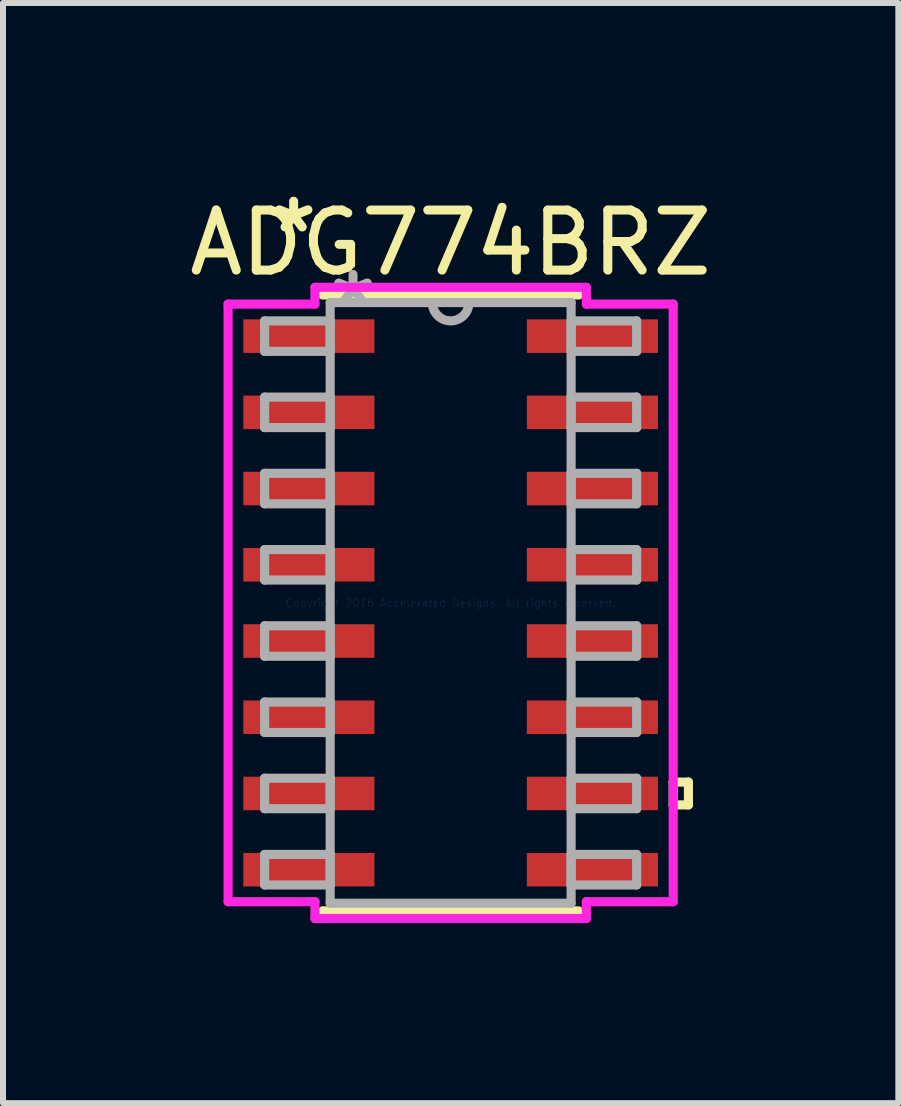
<source format=kicad_pcb>
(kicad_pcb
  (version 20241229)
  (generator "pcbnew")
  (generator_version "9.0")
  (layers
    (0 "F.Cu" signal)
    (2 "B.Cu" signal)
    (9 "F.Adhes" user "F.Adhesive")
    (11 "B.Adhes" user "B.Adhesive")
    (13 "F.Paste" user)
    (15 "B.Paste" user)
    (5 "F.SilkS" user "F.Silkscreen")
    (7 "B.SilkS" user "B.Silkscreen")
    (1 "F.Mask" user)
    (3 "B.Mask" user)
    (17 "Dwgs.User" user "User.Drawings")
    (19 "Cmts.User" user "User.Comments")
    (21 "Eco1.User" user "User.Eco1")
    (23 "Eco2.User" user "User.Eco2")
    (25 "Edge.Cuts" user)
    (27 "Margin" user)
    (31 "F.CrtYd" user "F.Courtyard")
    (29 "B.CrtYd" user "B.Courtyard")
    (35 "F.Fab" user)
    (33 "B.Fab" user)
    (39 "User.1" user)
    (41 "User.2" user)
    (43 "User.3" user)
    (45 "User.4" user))
  (footprint "ADG774BRZ"
    (layer "F.Cu")
    (at 4.458 6.995)
    (property "Reference" "ADG774BRZ" (at 0 -6 0) (layer "F.SilkS") (effects (font (size 1 1) (thickness 0.15))))
    (attr through_hole)
    (fp_line (start -2.134 5.131) (end 2.134 5.131) (stroke (width 0.152) (type solid)) (layer "F.SilkS"))
    (fp_line (start 2.134 -5.131) (end -2.134 -5.131) (stroke (width 0.152) (type solid)) (layer "F.SilkS"))
    (fp_line (start 3.708 2.985) (end 3.962 2.985) (stroke (width 0.152) (type solid)) (layer "F.SilkS"))
    (fp_line (start 3.708 3.365) (end 3.708 2.985) (stroke (width 0.152) (type solid)) (layer "F.SilkS"))
    (fp_line (start 3.962 2.985) (end 3.962 3.365) (stroke (width 0.152) (type solid)) (layer "F.SilkS"))
    (fp_line (start 3.962 3.365) (end 3.708 3.365) (stroke (width 0.152) (type solid)) (layer "F.SilkS"))
    (fp_line (start -3.708 -4.978) (end -2.261 -4.978) (stroke (width 0.152) (type solid)) (layer "F.CrtYd"))
    (fp_line (start -3.708 4.978) (end -3.708 -4.978) (stroke (width 0.152) (type solid)) (layer "F.CrtYd"))
    (fp_line (start -2.261 -5.258) (end 2.261 -5.258) (stroke (width 0.152) (type solid)) (layer "F.CrtYd"))
    (fp_line (start -2.261 -4.978) (end -2.261 -5.258) (stroke (width 0.152) (type solid)) (layer "F.CrtYd"))
    (fp_line (start -2.261 4.978) (end -3.708 4.978) (stroke (width 0.152) (type solid)) (layer "F.CrtYd"))
    (fp_line (start -2.261 5.258) (end -2.261 4.978) (stroke (width 0.152) (type solid)) (layer "F.CrtYd"))
    (fp_line (start 2.261 -5.258) (end 2.261 -4.978) (stroke (width 0.152) (type solid)) (layer "F.CrtYd"))
    (fp_line (start 2.261 -4.978) (end 3.708 -4.978) (stroke (width 0.152) (type solid)) (layer "F.CrtYd"))
    (fp_line (start 2.261 4.978) (end 2.261 5.258) (stroke (width 0.152) (type solid)) (layer "F.CrtYd"))
    (fp_line (start 2.261 5.258) (end -2.261 5.258) (stroke (width 0.152) (type solid)) (layer "F.CrtYd"))
    (fp_line (start 3.708 -4.978) (end 3.708 4.978) (stroke (width 0.152) (type solid)) (layer "F.CrtYd"))
    (fp_line (start 3.708 4.978) (end 2.261 4.978) (stroke (width 0.152) (type solid)) (layer "F.CrtYd"))
    (fp_line (start -3.099 -4.699) (end -3.099 -4.191) (stroke (width 0.152) (type solid)) (layer "F.Fab"))
    (fp_line (start -3.099 -4.191) (end -2.007 -4.191) (stroke (width 0.152) (type solid)) (layer "F.Fab"))
    (fp_line (start -3.099 -3.429) (end -3.099 -2.921) (stroke (width 0.152) (type solid)) (layer "F.Fab"))
    (fp_line (start -3.099 -2.921) (end -2.007 -2.921) (stroke (width 0.152) (type solid)) (layer "F.Fab"))
    (fp_line (start -3.099 -2.159) (end -3.099 -1.651) (stroke (width 0.152) (type solid)) (layer "F.Fab"))
    (fp_line (start -3.099 -1.651) (end -2.007 -1.651) (stroke (width 0.152) (type solid)) (layer "F.Fab"))
    (fp_line (start -3.099 -0.889) (end -3.099 -0.381) (stroke (width 0.152) (type solid)) (layer "F.Fab"))
    (fp_line (start -3.099 -0.381) (end -2.007 -0.381) (stroke (width 0.152) (type solid)) (layer "F.Fab"))
    (fp_line (start -3.099 0.381) (end -3.099 0.889) (stroke (width 0.152) (type solid)) (layer "F.Fab"))
    (fp_line (start -3.099 0.889) (end -2.007 0.889) (stroke (width 0.152) (type solid)) (layer "F.Fab"))
    (fp_line (start -3.099 1.651) (end -3.099 2.159) (stroke (width 0.152) (type solid)) (layer "F.Fab"))
    (fp_line (start -3.099 2.159) (end -2.007 2.159) (stroke (width 0.152) (type solid)) (layer "F.Fab"))
    (fp_line (start -3.099 2.921) (end -3.099 3.429) (stroke (width 0.152) (type solid)) (layer "F.Fab"))
    (fp_line (start -3.099 3.429) (end -2.007 3.429) (stroke (width 0.152) (type solid)) (layer "F.Fab"))
    (fp_line (start -3.099 4.191) (end -3.099 4.699) (stroke (width 0.152) (type solid)) (layer "F.Fab"))
    (fp_line (start -3.099 4.699) (end -2.007 4.699) (stroke (width 0.152) (type solid)) (layer "F.Fab"))
    (fp_line (start -2.007 -5.004) (end -2.007 5.004) (stroke (width 0.152) (type solid)) (layer "F.Fab"))
    (fp_line (start -2.007 -4.699) (end -3.099 -4.699) (stroke (width 0.152) (type solid)) (layer "F.Fab"))
    (fp_line (start -2.007 -4.191) (end -2.007 -4.699) (stroke (width 0.152) (type solid)) (layer "F.Fab"))
    (fp_line (start -2.007 -3.429) (end -3.099 -3.429) (stroke (width 0.152) (type solid)) (layer "F.Fab"))
    (fp_line (start -2.007 -2.921) (end -2.007 -3.429) (stroke (width 0.152) (type solid)) (layer "F.Fab"))
    (fp_line (start -2.007 -2.159) (end -3.099 -2.159) (stroke (width 0.152) (type solid)) (layer "F.Fab"))
    (fp_line (start -2.007 -1.651) (end -2.007 -2.159) (stroke (width 0.152) (type solid)) (layer "F.Fab"))
    (fp_line (start -2.007 -0.889) (end -3.099 -0.889) (stroke (width 0.152) (type solid)) (layer "F.Fab"))
    (fp_line (start -2.007 -0.381) (end -2.007 -0.889) (stroke (width 0.152) (type solid)) (layer "F.Fab"))
    (fp_line (start -2.007 0.381) (end -3.099 0.381) (stroke (width 0.152) (type solid)) (layer "F.Fab"))
    (fp_line (start -2.007 0.889) (end -2.007 0.381) (stroke (width 0.152) (type solid)) (layer "F.Fab"))
    (fp_line (start -2.007 1.651) (end -3.099 1.651) (stroke (width 0.152) (type solid)) (layer "F.Fab"))
    (fp_line (start -2.007 2.159) (end -2.007 1.651) (stroke (width 0.152) (type solid)) (layer "F.Fab"))
    (fp_line (start -2.007 2.921) (end -3.099 2.921) (stroke (width 0.152) (type solid)) (layer "F.Fab"))
    (fp_line (start -2.007 3.429) (end -2.007 2.921) (stroke (width 0.152) (type solid)) (layer "F.Fab"))
    (fp_line (start -2.007 4.191) (end -3.099 4.191) (stroke (width 0.152) (type solid)) (layer "F.Fab"))
    (fp_line (start -2.007 4.699) (end -2.007 4.191) (stroke (width 0.152) (type solid)) (layer "F.Fab"))
    (fp_line (start -2.007 5.004) (end 2.007 5.004) (stroke (width 0.152) (type solid)) (layer "F.Fab"))
    (fp_line (start 2.007 -5.004) (end -2.007 -5.004) (stroke (width 0.152) (type solid)) (layer "F.Fab"))
    (fp_line (start 2.007 -4.699) (end 2.007 -4.191) (stroke (width 0.152) (type solid)) (layer "F.Fab"))
    (fp_line (start 2.007 -4.191) (end 3.099 -4.191) (stroke (width 0.152) (type solid)) (layer "F.Fab"))
    (fp_line (start 2.007 -3.429) (end 2.007 -2.921) (stroke (width 0.152) (type solid)) (layer "F.Fab"))
    (fp_line (start 2.007 -2.921) (end 3.099 -2.921) (stroke (width 0.152) (type solid)) (layer "F.Fab"))
    (fp_line (start 2.007 -2.159) (end 2.007 -1.651) (stroke (width 0.152) (type solid)) (layer "F.Fab"))
    (fp_line (start 2.007 -1.651) (end 3.099 -1.651) (stroke (width 0.152) (type solid)) (layer "F.Fab"))
    (fp_line (start 2.007 -0.889) (end 2.007 -0.381) (stroke (width 0.152) (type solid)) (layer "F.Fab"))
    (fp_line (start 2.007 -0.381) (end 3.099 -0.381) (stroke (width 0.152) (type solid)) (layer "F.Fab"))
    (fp_line (start 2.007 0.381) (end 2.007 0.889) (stroke (width 0.152) (type solid)) (layer "F.Fab"))
    (fp_line (start 2.007 0.889) (end 3.099 0.889) (stroke (width 0.152) (type solid)) (layer "F.Fab"))
    (fp_line (start 2.007 1.651) (end 2.007 2.159) (stroke (width 0.152) (type solid)) (layer "F.Fab"))
    (fp_line (start 2.007 2.159) (end 3.099 2.159) (stroke (width 0.152) (type solid)) (layer "F.Fab"))
    (fp_line (start 2.007 2.921) (end 2.007 3.429) (stroke (width 0.152) (type solid)) (layer "F.Fab"))
    (fp_line (start 2.007 3.429) (end 3.099 3.429) (stroke (width 0.152) (type solid)) (layer "F.Fab"))
    (fp_line (start 2.007 4.191) (end 2.007 4.699) (stroke (width 0.152) (type solid)) (layer "F.Fab"))
    (fp_line (start 2.007 4.699) (end 3.099 4.699) (stroke (width 0.152) (type solid)) (layer "F.Fab"))
    (fp_line (start 2.007 5.004) (end 2.007 -5.004) (stroke (width 0.152) (type solid)) (layer "F.Fab"))
    (fp_line (start 3.099 -4.699) (end 2.007 -4.699) (stroke (width 0.152) (type solid)) (layer "F.Fab"))
    (fp_line (start 3.099 -4.191) (end 3.099 -4.699) (stroke (width 0.152) (type solid)) (layer "F.Fab"))
    (fp_line (start 3.099 -3.429) (end 2.007 -3.429) (stroke (width 0.152) (type solid)) (layer "F.Fab"))
    (fp_line (start 3.099 -2.921) (end 3.099 -3.429) (stroke (width 0.152) (type solid)) (layer "F.Fab"))
    (fp_line (start 3.099 -2.159) (end 2.007 -2.159) (stroke (width 0.152) (type solid)) (layer "F.Fab"))
    (fp_line (start 3.099 -1.651) (end 3.099 -2.159) (stroke (width 0.152) (type solid)) (layer "F.Fab"))
    (fp_line (start 3.099 -0.889) (end 2.007 -0.889) (stroke (width 0.152) (type solid)) (layer "F.Fab"))
    (fp_line (start 3.099 -0.381) (end 3.099 -0.889) (stroke (width 0.152) (type solid)) (layer "F.Fab"))
    (fp_line (start 3.099 0.381) (end 2.007 0.381) (stroke (width 0.152) (type solid)) (layer "F.Fab"))
    (fp_line (start 3.099 0.889) (end 3.099 0.381) (stroke (width 0.152) (type solid)) (layer "F.Fab"))
    (fp_line (start 3.099 1.651) (end 2.007 1.651) (stroke (width 0.152) (type solid)) (layer "F.Fab"))
    (fp_line (start 3.099 2.159) (end 3.099 1.651) (stroke (width 0.152) (type solid)) (layer "F.Fab"))
    (fp_line (start 3.099 2.921) (end 2.007 2.921) (stroke (width 0.152) (type solid)) (layer "F.Fab"))
    (fp_line (start 3.099 3.429) (end 3.099 2.921) (stroke (width 0.152) (type solid)) (layer "F.Fab"))
    (fp_line (start 3.099 4.191) (end 2.007 4.191) (stroke (width 0.152) (type solid)) (layer "F.Fab"))
    (fp_line (start 3.099 4.699) (end 3.099 4.191) (stroke (width 0.152) (type solid)) (layer "F.Fab"))
    (fp_arc (start 0.3048 -5.0038) (mid 0 -4.699) (end -0.3048 -5.0038) (stroke (width 0.1524) (type solid)) (layer "F.Fab"))
    (fp_text user "*" (at -2.616 -6.147 0) (layer "F.SilkS") (effects (font (size 1 1) (thickness 0.15))))
    (fp_text user "Copyright 2016 Accelerated Designs. All rights reserved." (at 0 0 0) (layer "Cmts.User") (effects (font (size 0.127 0.127) (thickness 0.002))))
    (fp_text user "*" (at -1.626 -4.928 0) (layer "F.Fab") (effects (font (size 1 1) (thickness 0.15))))
    (pad "1" smd rect (at -2.362 -4.445) (size 2.184 0.559) (layers "F.Cu" "F.Mask" "F.Paste"))
    (pad "2" smd rect (at -2.362 -3.175) (size 2.184 0.559) (layers "F.Cu" "F.Mask" "F.Paste"))
    (pad "3" smd rect (at -2.362 -1.905) (size 2.184 0.559) (layers "F.Cu" "F.Mask" "F.Paste"))
    (pad "4" smd rect (at -2.362 -0.635) (size 2.184 0.559) (layers "F.Cu" "F.Mask" "F.Paste"))
    (pad "5" smd rect (at -2.362 0.635) (size 2.184 0.559) (layers "F.Cu" "F.Mask" "F.Paste"))
    (pad "6" smd rect (at -2.362 1.905) (size 2.184 0.559) (layers "F.Cu" "F.Mask" "F.Paste"))
    (pad "7" smd rect (at -2.362 3.175) (size 2.184 0.559) (layers "F.Cu" "F.Mask" "F.Paste"))
    (pad "8" smd rect (at -2.362 4.445) (size 2.184 0.559) (layers "F.Cu" "F.Mask" "F.Paste"))
    (pad "9" smd rect (at 2.362 4.445) (size 2.184 0.559) (layers "F.Cu" "F.Mask" "F.Paste"))
    (pad "10" smd rect (at 2.362 3.175) (size 2.184 0.559) (layers "F.Cu" "F.Mask" "F.Paste"))
    (pad "11" smd rect (at 2.362 1.905) (size 2.184 0.559) (layers "F.Cu" "F.Mask" "F.Paste"))
    (pad "12" smd rect (at 2.362 0.635) (size 2.184 0.559) (layers "F.Cu" "F.Mask" "F.Paste"))
    (pad "13" smd rect (at 2.362 -0.635) (size 2.184 0.559) (layers "F.Cu" "F.Mask" "F.Paste"))
    (pad "14" smd rect (at 2.362 -1.905) (size 2.184 0.559) (layers "F.Cu" "F.Mask" "F.Paste"))
    (pad "15" smd rect (at 2.362 -3.175) (size 2.184 0.559) (layers "F.Cu" "F.Mask" "F.Paste"))
    (pad "16" smd rect (at 2.362 -4.445) (size 2.184 0.559) (layers "F.Cu" "F.Mask" "F.Paste")))
  (gr_rect
    (start -3 -3)
    (end 11.917 15.329)
    (stroke (width 0.1) (type default))
    (fill no)
    (layer "Edge.Cuts")))
</source>
